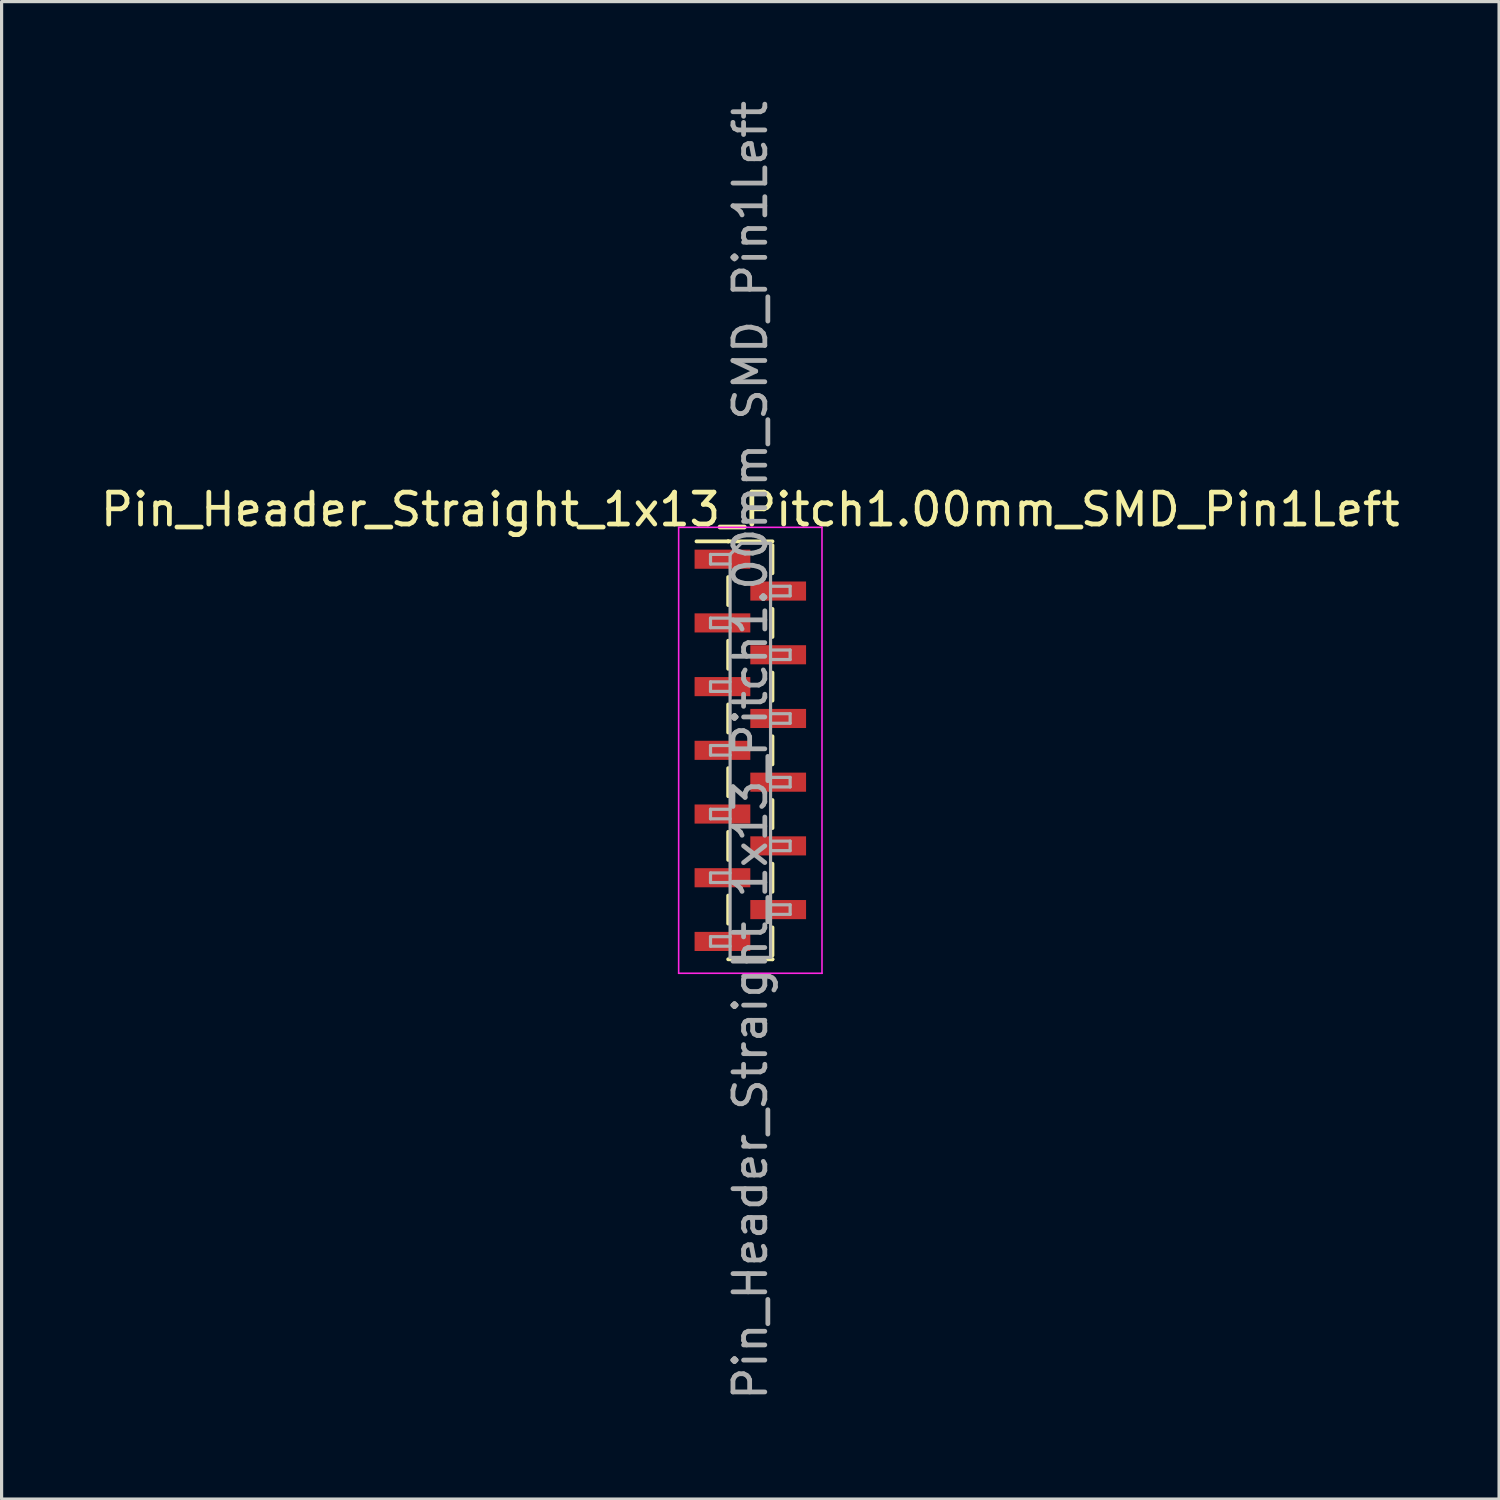
<source format=kicad_pcb>
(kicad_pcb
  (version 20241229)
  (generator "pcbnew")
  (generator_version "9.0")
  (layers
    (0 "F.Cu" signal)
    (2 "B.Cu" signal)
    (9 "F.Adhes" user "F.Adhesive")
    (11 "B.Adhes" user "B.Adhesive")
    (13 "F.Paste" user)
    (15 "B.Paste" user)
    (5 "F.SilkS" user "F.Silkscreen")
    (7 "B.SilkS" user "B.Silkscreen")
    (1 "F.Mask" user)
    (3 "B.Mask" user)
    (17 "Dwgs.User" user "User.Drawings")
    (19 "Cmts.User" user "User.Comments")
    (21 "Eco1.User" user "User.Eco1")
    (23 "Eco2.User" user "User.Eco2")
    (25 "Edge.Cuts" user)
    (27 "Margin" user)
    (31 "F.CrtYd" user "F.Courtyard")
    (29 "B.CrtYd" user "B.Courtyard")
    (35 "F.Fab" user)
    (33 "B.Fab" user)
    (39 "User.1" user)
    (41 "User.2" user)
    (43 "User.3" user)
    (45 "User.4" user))
  (footprint "Pin_Header_Straight_1x13_Pitch1.00mm_SMD_Pin1Left"
    (layer "F.Cu")
    (at 20.506 20.506)
    (property "Reference" "Pin_Header_Straight_1x13_Pitch1.00mm_SMD_Pin1Left" (at 0 -7.56 0) (layer "F.SilkS") (effects (font (size 1 1) (thickness 0.15))))
    (attr smd)
    (fp_line (start -0.695 -6.56) (end -1.69 -6.56) (stroke (width 0.12) (type solid)) (layer "F.SilkS"))
    (fp_line (start -0.695 -6.56) (end -0.695 -6.56) (stroke (width 0.12) (type solid)) (layer "F.SilkS"))
    (fp_line (start -0.695 -6.56) (end 0.695 -6.56) (stroke (width 0.12) (type solid)) (layer "F.SilkS"))
    (fp_line (start -0.695 -5.44) (end -0.695 -4.56) (stroke (width 0.12) (type solid)) (layer "F.SilkS"))
    (fp_line (start -0.695 -3.44) (end -0.695 -2.56) (stroke (width 0.12) (type solid)) (layer "F.SilkS"))
    (fp_line (start -0.695 -1.44) (end -0.695 -0.56) (stroke (width 0.12) (type solid)) (layer "F.SilkS"))
    (fp_line (start -0.695 0.56) (end -0.695 1.44) (stroke (width 0.12) (type solid)) (layer "F.SilkS"))
    (fp_line (start -0.695 2.56) (end -0.695 3.44) (stroke (width 0.12) (type solid)) (layer "F.SilkS"))
    (fp_line (start -0.695 4.56) (end -0.695 5.44) (stroke (width 0.12) (type solid)) (layer "F.SilkS"))
    (fp_line (start -0.695 6.56) (end 0.695 6.56) (stroke (width 0.12) (type solid)) (layer "F.SilkS"))
    (fp_line (start 0.695 -6.44) (end 0.695 -5.56) (stroke (width 0.12) (type solid)) (layer "F.SilkS"))
    (fp_line (start 0.695 -4.44) (end 0.695 -3.56) (stroke (width 0.12) (type solid)) (layer "F.SilkS"))
    (fp_line (start 0.695 -2.44) (end 0.695 -1.56) (stroke (width 0.12) (type solid)) (layer "F.SilkS"))
    (fp_line (start 0.695 -0.44) (end 0.695 0.44) (stroke (width 0.12) (type solid)) (layer "F.SilkS"))
    (fp_line (start 0.695 1.56) (end 0.695 2.44) (stroke (width 0.12) (type solid)) (layer "F.SilkS"))
    (fp_line (start 0.695 3.56) (end 0.695 4.44) (stroke (width 0.12) (type solid)) (layer "F.SilkS"))
    (fp_line (start 0.695 5.56) (end 0.695 6.44) (stroke (width 0.12) (type solid)) (layer "F.SilkS"))
    (fp_line (start 0.695 6.56) (end 0.695 6.56) (stroke (width 0.12) (type solid)) (layer "F.SilkS"))
    (fp_line (start -2.25 -7) (end -2.25 7) (stroke (width 0.05) (type solid)) (layer "F.CrtYd"))
    (fp_line (start -2.25 7) (end 2.25 7) (stroke (width 0.05) (type solid)) (layer "F.CrtYd"))
    (fp_line (start 2.25 -7) (end -2.25 -7) (stroke (width 0.05) (type solid)) (layer "F.CrtYd"))
    (fp_line (start 2.25 7) (end 2.25 -7) (stroke (width 0.05) (type solid)) (layer "F.CrtYd"))
    (fp_line (start -1.25 -6.15) (end -1.25 -5.85) (stroke (width 0.1) (type solid)) (layer "F.Fab"))
    (fp_line (start -1.25 -5.85) (end -0.635 -5.85) (stroke (width 0.1) (type solid)) (layer "F.Fab"))
    (fp_line (start -1.25 -4.15) (end -1.25 -3.85) (stroke (width 0.1) (type solid)) (layer "F.Fab"))
    (fp_line (start -1.25 -3.85) (end -0.635 -3.85) (stroke (width 0.1) (type solid)) (layer "F.Fab"))
    (fp_line (start -1.25 -2.15) (end -1.25 -1.85) (stroke (width 0.1) (type solid)) (layer "F.Fab"))
    (fp_line (start -1.25 -1.85) (end -0.635 -1.85) (stroke (width 0.1) (type solid)) (layer "F.Fab"))
    (fp_line (start -1.25 -0.15) (end -1.25 0.15) (stroke (width 0.1) (type solid)) (layer "F.Fab"))
    (fp_line (start -1.25 0.15) (end -0.635 0.15) (stroke (width 0.1) (type solid)) (layer "F.Fab"))
    (fp_line (start -1.25 1.85) (end -1.25 2.15) (stroke (width 0.1) (type solid)) (layer "F.Fab"))
    (fp_line (start -1.25 2.15) (end -0.635 2.15) (stroke (width 0.1) (type solid)) (layer "F.Fab"))
    (fp_line (start -1.25 3.85) (end -1.25 4.15) (stroke (width 0.1) (type solid)) (layer "F.Fab"))
    (fp_line (start -1.25 4.15) (end -0.635 4.15) (stroke (width 0.1) (type solid)) (layer "F.Fab"))
    (fp_line (start -1.25 5.85) (end -1.25 6.15) (stroke (width 0.1) (type solid)) (layer "F.Fab"))
    (fp_line (start -1.25 6.15) (end -0.635 6.15) (stroke (width 0.1) (type solid)) (layer "F.Fab"))
    (fp_line (start -0.635 -6.15) (end -1.25 -6.15) (stroke (width 0.1) (type solid)) (layer "F.Fab"))
    (fp_line (start -0.635 -6.15) (end -0.285 -6.5) (stroke (width 0.1) (type solid)) (layer "F.Fab"))
    (fp_line (start -0.635 -4.15) (end -1.25 -4.15) (stroke (width 0.1) (type solid)) (layer "F.Fab"))
    (fp_line (start -0.635 -2.15) (end -1.25 -2.15) (stroke (width 0.1) (type solid)) (layer "F.Fab"))
    (fp_line (start -0.635 -0.15) (end -1.25 -0.15) (stroke (width 0.1) (type solid)) (layer "F.Fab"))
    (fp_line (start -0.635 1.85) (end -1.25 1.85) (stroke (width 0.1) (type solid)) (layer "F.Fab"))
    (fp_line (start -0.635 3.85) (end -1.25 3.85) (stroke (width 0.1) (type solid)) (layer "F.Fab"))
    (fp_line (start -0.635 5.85) (end -1.25 5.85) (stroke (width 0.1) (type solid)) (layer "F.Fab"))
    (fp_line (start -0.635 6.5) (end -0.635 -6.15) (stroke (width 0.1) (type solid)) (layer "F.Fab"))
    (fp_line (start -0.285 -6.5) (end 0.635 -6.5) (stroke (width 0.1) (type solid)) (layer "F.Fab"))
    (fp_line (start 0.635 -6.5) (end 0.635 6.5) (stroke (width 0.1) (type solid)) (layer "F.Fab"))
    (fp_line (start 0.635 -5.15) (end 1.25 -5.15) (stroke (width 0.1) (type solid)) (layer "F.Fab"))
    (fp_line (start 0.635 -3.15) (end 1.25 -3.15) (stroke (width 0.1) (type solid)) (layer "F.Fab"))
    (fp_line (start 0.635 -1.15) (end 1.25 -1.15) (stroke (width 0.1) (type solid)) (layer "F.Fab"))
    (fp_line (start 0.635 0.85) (end 1.25 0.85) (stroke (width 0.1) (type solid)) (layer "F.Fab"))
    (fp_line (start 0.635 2.85) (end 1.25 2.85) (stroke (width 0.1) (type solid)) (layer "F.Fab"))
    (fp_line (start 0.635 4.85) (end 1.25 4.85) (stroke (width 0.1) (type solid)) (layer "F.Fab"))
    (fp_line (start 0.635 6.5) (end -0.635 6.5) (stroke (width 0.1) (type solid)) (layer "F.Fab"))
    (fp_line (start 1.25 -5.15) (end 1.25 -4.85) (stroke (width 0.1) (type solid)) (layer "F.Fab"))
    (fp_line (start 1.25 -4.85) (end 0.635 -4.85) (stroke (width 0.1) (type solid)) (layer "F.Fab"))
    (fp_line (start 1.25 -3.15) (end 1.25 -2.85) (stroke (width 0.1) (type solid)) (layer "F.Fab"))
    (fp_line (start 1.25 -2.85) (end 0.635 -2.85) (stroke (width 0.1) (type solid)) (layer "F.Fab"))
    (fp_line (start 1.25 -1.15) (end 1.25 -0.85) (stroke (width 0.1) (type solid)) (layer "F.Fab"))
    (fp_line (start 1.25 -0.85) (end 0.635 -0.85) (stroke (width 0.1) (type solid)) (layer "F.Fab"))
    (fp_line (start 1.25 0.85) (end 1.25 1.15) (stroke (width 0.1) (type solid)) (layer "F.Fab"))
    (fp_line (start 1.25 1.15) (end 0.635 1.15) (stroke (width 0.1) (type solid)) (layer "F.Fab"))
    (fp_line (start 1.25 2.85) (end 1.25 3.15) (stroke (width 0.1) (type solid)) (layer "F.Fab"))
    (fp_line (start 1.25 3.15) (end 0.635 3.15) (stroke (width 0.1) (type solid)) (layer "F.Fab"))
    (fp_line (start 1.25 4.85) (end 1.25 5.15) (stroke (width 0.1) (type solid)) (layer "F.Fab"))
    (fp_line (start 1.25 5.15) (end 0.635 5.15) (stroke (width 0.1) (type solid)) (layer "F.Fab"))
    (fp_text user "${REFERENCE}" (at 0 0 90) (layer "F.Fab") (effects (font (size 1 1) (thickness 0.15))))
    (pad "1" smd rect (at -0.875 -6) (size 1.75 0.6) (layers "F.Cu" "F.Mask" "F.Paste"))
    (pad "2" smd rect (at 0.875 -5) (size 1.75 0.6) (layers "F.Cu" "F.Mask" "F.Paste"))
    (pad "3" smd rect (at -0.875 -4) (size 1.75 0.6) (layers "F.Cu" "F.Mask" "F.Paste"))
    (pad "4" smd rect (at 0.875 -3) (size 1.75 0.6) (layers "F.Cu" "F.Mask" "F.Paste"))
    (pad "5" smd rect (at -0.875 -2) (size 1.75 0.6) (layers "F.Cu" "F.Mask" "F.Paste"))
    (pad "6" smd rect (at 0.875 -1) (size 1.75 0.6) (layers "F.Cu" "F.Mask" "F.Paste"))
    (pad "7" smd rect (at -0.875 0) (size 1.75 0.6) (layers "F.Cu" "F.Mask" "F.Paste"))
    (pad "8" smd rect (at 0.875 1) (size 1.75 0.6) (layers "F.Cu" "F.Mask" "F.Paste"))
    (pad "9" smd rect (at -0.875 2) (size 1.75 0.6) (layers "F.Cu" "F.Mask" "F.Paste"))
    (pad "10" smd rect (at 0.875 3) (size 1.75 0.6) (layers "F.Cu" "F.Mask" "F.Paste"))
    (pad "11" smd rect (at -0.875 4) (size 1.75 0.6) (layers "F.Cu" "F.Mask" "F.Paste"))
    (pad "12" smd rect (at 0.875 5) (size 1.75 0.6) (layers "F.Cu" "F.Mask" "F.Paste"))
    (pad "13" smd rect (at -0.875 6) (size 1.75 0.6) (layers "F.Cu" "F.Mask" "F.Paste")))
  (gr_rect
    (start -3 -3)
    (end 44.012 44.012)
    (stroke (width 0.1) (type default))
    (fill no)
    (layer "Edge.Cuts")))
</source>
